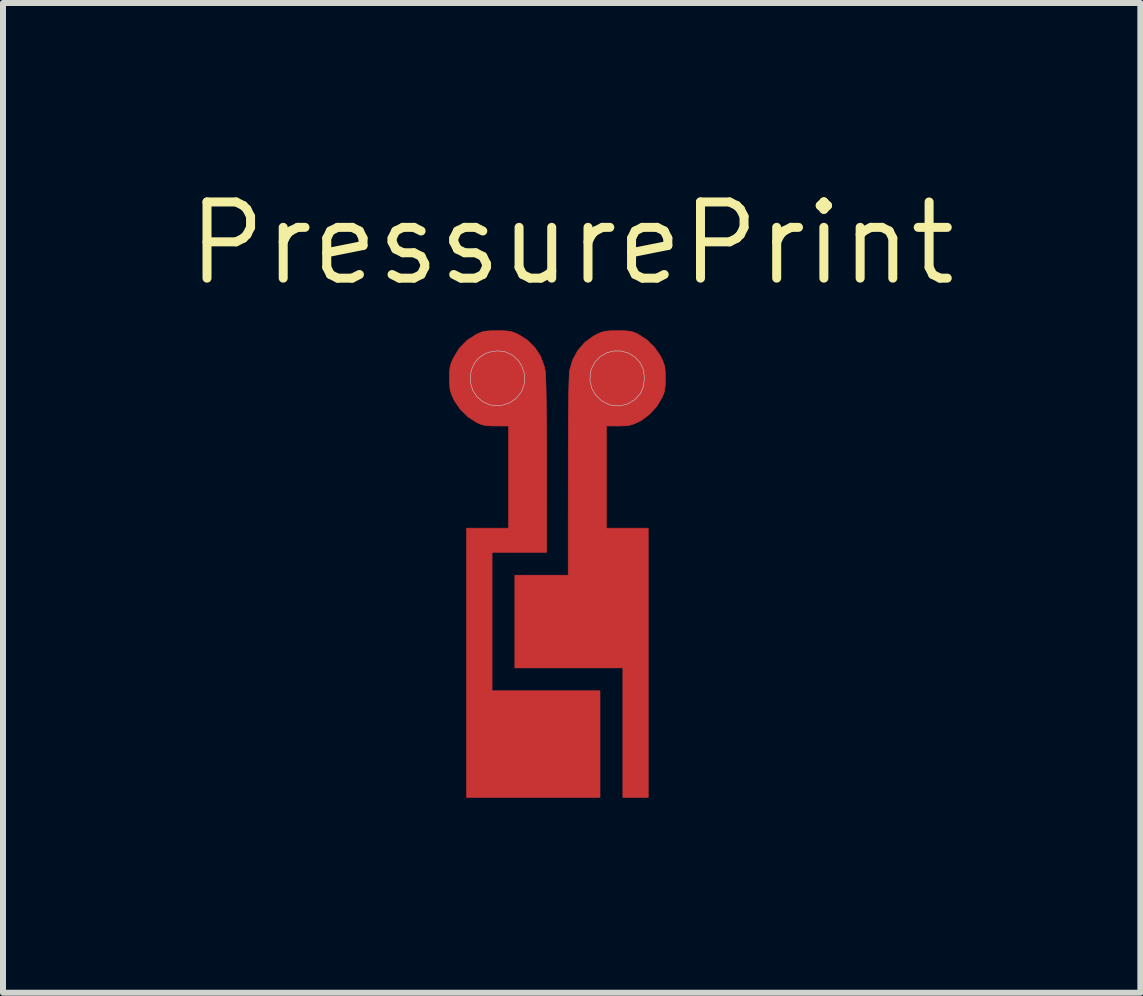
<source format=kicad_pcb>
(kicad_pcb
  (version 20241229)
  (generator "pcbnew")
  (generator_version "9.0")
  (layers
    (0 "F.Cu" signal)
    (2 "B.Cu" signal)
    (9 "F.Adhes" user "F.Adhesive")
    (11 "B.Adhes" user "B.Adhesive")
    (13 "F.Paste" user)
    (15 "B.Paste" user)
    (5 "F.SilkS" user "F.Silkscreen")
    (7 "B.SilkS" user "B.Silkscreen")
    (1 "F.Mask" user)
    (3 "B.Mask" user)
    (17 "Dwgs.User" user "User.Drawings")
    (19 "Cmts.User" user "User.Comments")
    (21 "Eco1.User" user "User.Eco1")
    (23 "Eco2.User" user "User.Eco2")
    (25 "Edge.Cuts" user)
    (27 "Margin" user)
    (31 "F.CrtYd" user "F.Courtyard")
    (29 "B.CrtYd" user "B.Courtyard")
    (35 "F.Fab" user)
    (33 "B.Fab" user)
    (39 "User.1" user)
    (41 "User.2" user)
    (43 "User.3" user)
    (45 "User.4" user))
  (footprint "PressurePrint"
    (layer "F.Cu")
    (at 6.238 10.246)
    (property "Reference" "PressurePrint" (at 0.24 -9.24 0) (layer "F.SilkS") (effects (font (size 1.27 1.27) (thickness 0.15))))
    (attr through_hole)
    (fp_poly (pts (xy 1.113 -7.783) (xy 1.188 -7.778) (xy 1.246 -7.768) (xy 1.299 -7.749) (xy 1.347 -7.726) (xy 1.489 -7.635) (xy 1.615 -7.513) (xy 1.715 -7.37) (xy 1.736 -7.329) (xy 1.768 -7.258) (xy 1.787 -7.199) (xy 1.797 -7.136) (xy 1.801 -7.055) (xy 1.802 -6.99) (xy 1.8 -6.888) (xy 1.793 -6.813) (xy 1.779 -6.751) (xy 1.754 -6.688) (xy 1.742 -6.662) (xy 1.658 -6.524) (xy 1.544 -6.398) (xy 1.412 -6.296) (xy 1.338 -6.256) (xy 1.268 -6.227) (xy 1.206 -6.209) (xy 1.136 -6.2) (xy 1.043 -6.197) (xy 1.013 -6.197) (xy 0.818 -6.197) (xy 0.818 -4.493) (xy 1.516 -4.493) (xy 1.516 -0.005) (xy 1.093 -0.005) (xy 1.093 -2.164) (xy -0.707 -2.164) (xy -0.707 -3.709) (xy 0.182 -3.709) (xy 0.183 -5.345) (xy 0.183 -5.68) (xy 0.184 -5.984) (xy 0.185 -6.255) (xy 0.187 -6.492) (xy 0.19 -6.694) (xy 0.193 -6.859) (xy 0.197 -6.986) (xy 0.201 -7.073) (xy 0.205 -7.117) (xy 0.254 -7.293) (xy 0.34 -7.452) (xy 0.458 -7.588) (xy 0.604 -7.695) (xy 0.666 -7.728) (xy 0.726 -7.754) (xy 0.782 -7.771) (xy 0.845 -7.78) (xy 0.929 -7.784) (xy 1.008 -7.784) (xy 1.113 -7.783)) (stroke (width 0.01) (type solid)) (fill yes) (layer "F.Cu"))
    (fp_poly (pts (xy -0.897 -7.783) (xy -0.82 -7.778) (xy -0.761 -7.767) (xy -0.705 -7.748) (xy -0.66 -7.728) (xy -0.504 -7.632) (xy -0.375 -7.506) (xy -0.277 -7.355) (xy -0.215 -7.184) (xy -0.199 -7.104) (xy -0.195 -7.055) (xy -0.192 -6.967) (xy -0.188 -6.843) (xy -0.185 -6.686) (xy -0.183 -6.5) (xy -0.181 -6.288) (xy -0.179 -6.052) (xy -0.178 -5.797) (xy -0.178 -5.525) (xy -0.178 -5.525) (xy -0.177 -4.09) (xy -1.087 -4.09) (xy -1.087 -1.783) (xy 0.712 -1.783) (xy 0.712 -0.005) (xy -1.511 -0.005) (xy -1.511 -4.493) (xy -0.812 -4.493) (xy -0.812 -6.197) (xy -1.019 -6.197) (xy -1.121 -6.198) (xy -1.195 -6.205) (xy -1.254 -6.217) (xy -1.311 -6.24) (xy -1.343 -6.255) (xy -1.487 -6.347) (xy -1.613 -6.47) (xy -1.713 -6.615) (xy -1.731 -6.652) (xy -1.763 -6.723) (xy -1.782 -6.783) (xy -1.792 -6.847) (xy -1.796 -6.93) (xy -1.797 -6.99) (xy -1.795 -7.09) (xy -1.789 -7.163) (xy -1.775 -7.224) (xy -1.751 -7.287) (xy -1.729 -7.334) (xy -1.632 -7.492) (xy -1.504 -7.623) (xy -1.35 -7.723) (xy -1.346 -7.725) (xy -1.286 -7.752) (xy -1.233 -7.769) (xy -1.174 -7.779) (xy -1.096 -7.783) (xy -1.003 -7.784) (xy -0.897 -7.783)) (stroke (width 0.01) (type solid)) (fill yes) (layer "F.Cu"))
    (fp_poly (pts (xy -0.862 -7.431) (xy -0.745 -7.376) (xy -0.648 -7.286) (xy -0.59 -7.193) (xy -0.545 -7.06) (xy -0.543 -6.928) (xy -0.583 -6.798) (xy -0.608 -6.751) (xy -0.688 -6.654) (xy -0.794 -6.583) (xy -0.915 -6.542) (xy -1.042 -6.534) (xy -1.136 -6.552) (xy -1.254 -6.609) (xy -1.345 -6.691) (xy -1.408 -6.791) (xy -1.443 -6.903) (xy -1.451 -7.019) (xy -1.431 -7.133) (xy -1.384 -7.239) (xy -1.309 -7.33) (xy -1.206 -7.399) (xy -1.133 -7.427) (xy -0.993 -7.449) (xy -0.862 -7.431)) (stroke (width 0.01) (type solid)) (fill no) (layer "Dwgs.User"))
    (fp_poly (pts (xy 1.065 -7.446) (xy 1.187 -7.411) (xy 1.292 -7.346) (xy 1.381 -7.25) (xy 1.434 -7.137) (xy 1.452 -7.001) (xy 1.452 -6.99) (xy 1.436 -6.853) (xy 1.386 -6.738) (xy 1.3 -6.641) (xy 1.292 -6.634) (xy 1.177 -6.565) (xy 1.05 -6.532) (xy 0.919 -6.537) (xy 0.857 -6.554) (xy 0.736 -6.618) (xy 0.641 -6.71) (xy 0.576 -6.822) (xy 0.545 -6.948) (xy 0.551 -7.08) (xy 0.566 -7.141) (xy 0.626 -7.259) (xy 0.713 -7.351) (xy 0.82 -7.414) (xy 0.94 -7.446) (xy 1.065 -7.446)) (stroke (width 0.01) (type solid)) (fill no) (layer "Dwgs.User"))
    (pad "1" smd circle (at -1.02 -6.986) (size 1.524 1.524) (layers "F.Cu" "F.Mask" "F.Paste"))
    (pad "2" smd circle (at 1.01 -6.986) (size 1.524 1.524) (layers "F.Cu" "F.Mask" "F.Paste")))
  (gr_rect
    (start -3 -3)
    (end 15.956 13.496)
    (stroke (width 0.1) (type default))
    (fill no)
    (layer "Edge.Cuts")))
</source>
